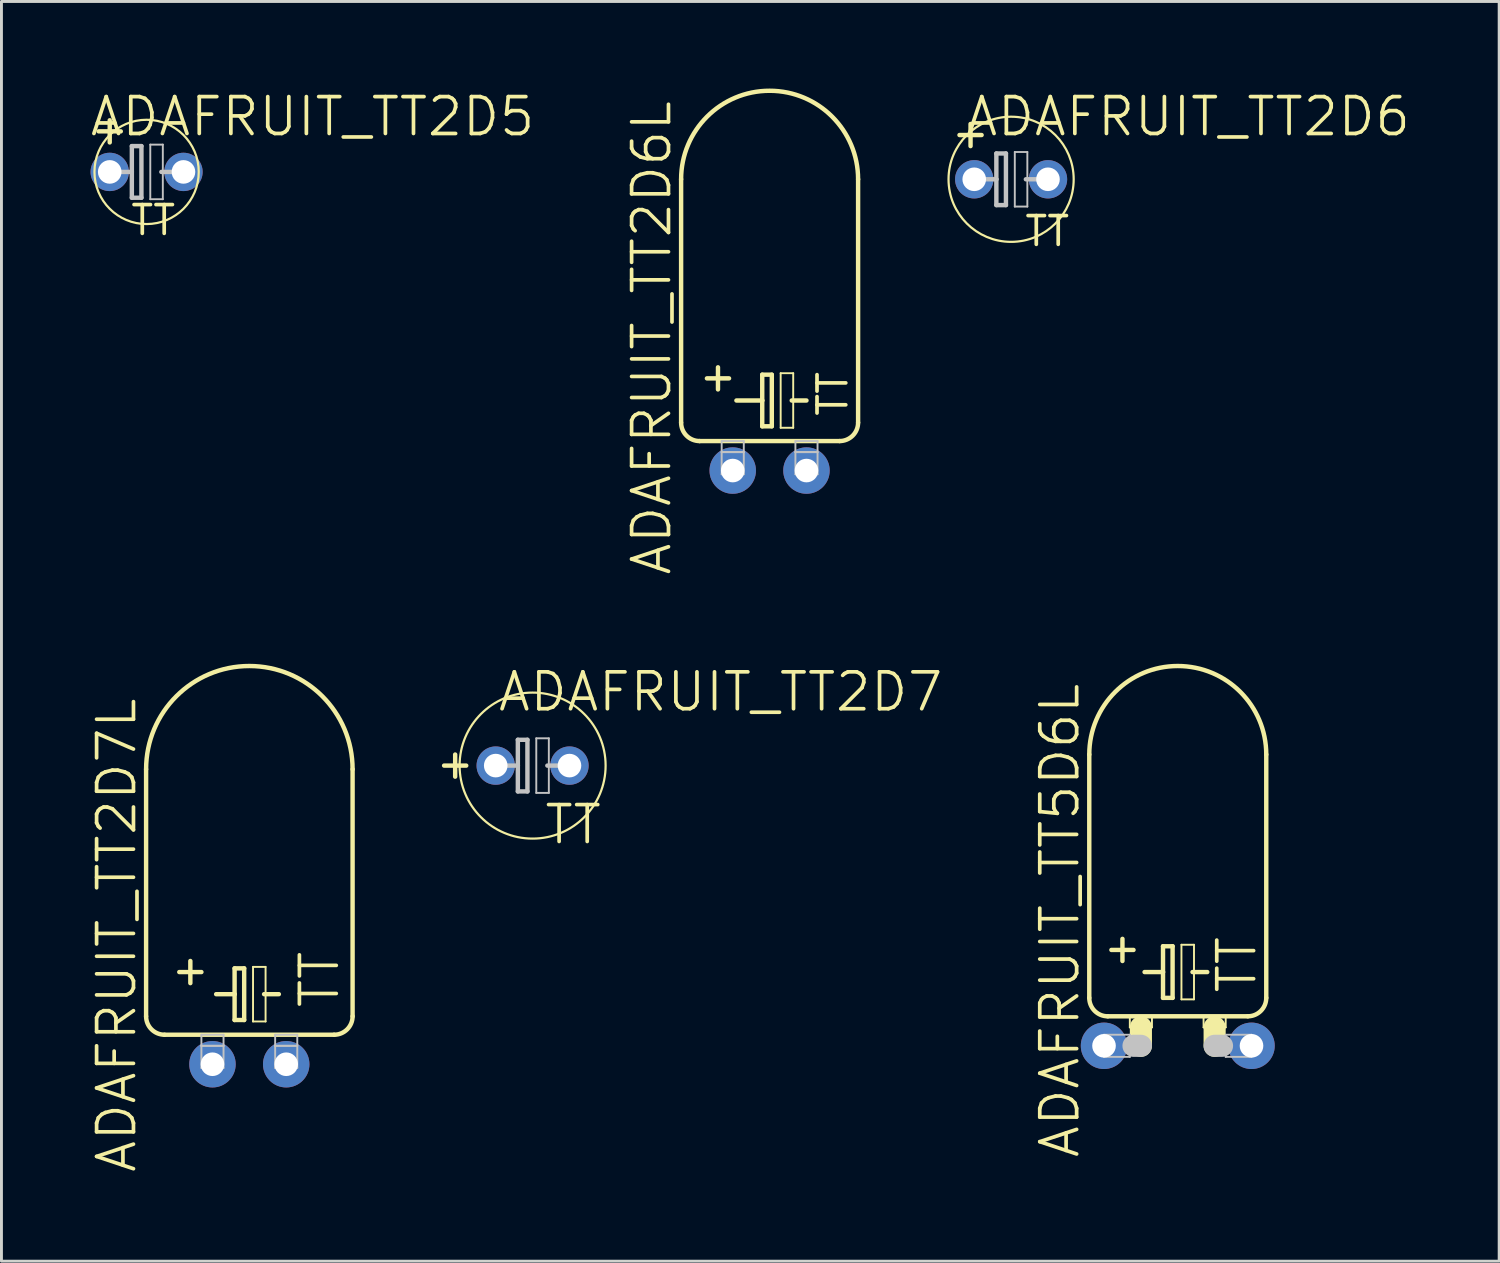
<source format=kicad_pcb>
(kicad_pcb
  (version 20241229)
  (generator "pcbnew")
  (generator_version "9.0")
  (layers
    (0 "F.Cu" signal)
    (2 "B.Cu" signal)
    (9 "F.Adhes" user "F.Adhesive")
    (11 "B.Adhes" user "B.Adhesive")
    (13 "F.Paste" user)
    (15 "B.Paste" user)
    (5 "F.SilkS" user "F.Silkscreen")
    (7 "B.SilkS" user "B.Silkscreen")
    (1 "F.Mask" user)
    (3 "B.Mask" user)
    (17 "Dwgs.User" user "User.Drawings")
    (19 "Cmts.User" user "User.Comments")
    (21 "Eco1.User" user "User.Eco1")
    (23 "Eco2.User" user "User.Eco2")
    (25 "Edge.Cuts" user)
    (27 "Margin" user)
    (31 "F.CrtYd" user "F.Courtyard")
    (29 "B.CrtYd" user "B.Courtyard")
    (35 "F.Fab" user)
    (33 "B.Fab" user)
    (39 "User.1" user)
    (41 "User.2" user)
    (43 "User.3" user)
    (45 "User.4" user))
  (footprint "ADAFRUIT_TT2D6"
    (layer "F.Cu")
    (at 31.775 3.125)
    (property "Reference" "ADAFRUIT_TT2D6" (at 6.096 -2.159 0) (layer "F.SilkS") (effects (font (size 1.27 1.27) (thickness 0.127))))
    (attr exclude_from_pos_files exclude_from_bom)
    (fp_line (start -1.778 -1.524) (end -1.016 -1.524) (stroke (width 0.152) (type solid)) (layer "F.SilkS"))
    (fp_line (start -1.397 -1.143) (end -1.397 -1.905) (stroke (width 0.152) (type solid)) (layer "F.SilkS"))
    (fp_circle (center 0 0) (end -1.524 1.524) (stroke (width 0.076) (type solid)) (fill no) (layer "F.SilkS"))
    (fp_line (start -1.016 0) (end -0.508 0) (stroke (width 0.152) (type solid)) (layer "Dwgs.User"))
    (fp_line (start -0.508 -0.889) (end -0.508 0) (stroke (width 0.152) (type solid)) (layer "Dwgs.User"))
    (fp_line (start -0.508 0) (end -0.508 0.889) (stroke (width 0.152) (type solid)) (layer "Dwgs.User"))
    (fp_line (start -0.508 0.889) (end -0.178 0.889) (stroke (width 0.152) (type solid)) (layer "Dwgs.User"))
    (fp_line (start -0.178 -0.889) (end -0.508 -0.889) (stroke (width 0.152) (type solid)) (layer "Dwgs.User"))
    (fp_line (start -0.178 0.889) (end -0.178 -0.889) (stroke (width 0.152) (type solid)) (layer "Dwgs.User"))
    (fp_line (start 0.127 -0.94) (end 0.559 -0.94) (stroke (width 0.066) (type solid)) (layer "Dwgs.User"))
    (fp_line (start 0.127 0.94) (end 0.127 -0.94) (stroke (width 0.066) (type solid)) (layer "Dwgs.User"))
    (fp_line (start 0.127 0.94) (end 0.559 0.94) (stroke (width 0.066) (type solid)) (layer "Dwgs.User"))
    (fp_line (start 0.508 0) (end 1.016 0) (stroke (width 0.152) (type solid)) (layer "Dwgs.User"))
    (fp_line (start 0.559 0.94) (end 0.559 -0.94) (stroke (width 0.066) (type solid)) (layer "Dwgs.User"))
    (fp_text user "TT" (at 1.245 1.788 0) (layer "F.SilkS") (effects (font (size 0.991 0.991) (thickness 0.127))))
    (pad "+" thru_hole circle (at -1.27 0) (size 1.321 1.321) (drill 0.813) (layers "*.Cu" "*.Paste" "*.Mask"))
    (pad "-" thru_hole circle (at 1.27 0) (size 1.321 1.321) (drill 0.813) (layers "*.Cu" "*.Paste" "*.Mask")))
  (footprint "ADAFRUIT_TT5D6L"
    (layer "F.Cu")
    (at 37.515 32.97)
    (property "Reference" "ADAFRUIT_TT5D6L" (at -4.064 -4.318 90) (layer "F.SilkS") (effects (font (size 1.27 1.27) (thickness 0.127))))
    (attr exclude_from_pos_files exclude_from_bom)
    (fp_line (start -3.048 -10.033) (end -3.048 -1.651) (stroke (width 0.152) (type solid)) (layer "F.SilkS"))
    (fp_line (start -2.413 -1.016) (end 2.413 -1.016) (stroke (width 0.152) (type solid)) (layer "F.SilkS"))
    (fp_line (start -2.286 -3.302) (end -1.524 -3.302) (stroke (width 0.152) (type solid)) (layer "F.SilkS"))
    (fp_line (start -1.905 -2.921) (end -1.905 -3.683) (stroke (width 0.152) (type solid)) (layer "F.SilkS"))
    (fp_line (start -1.651 -1.016) (end -0.889 -1.016) (stroke (width 0.066) (type solid)) (layer "F.SilkS"))
    (fp_line (start -1.651 -0.635) (end -1.651 -1.016) (stroke (width 0.066) (type solid)) (layer "F.SilkS"))
    (fp_line (start -1.651 -0.635) (end -0.889 -0.635) (stroke (width 0.066) (type solid)) (layer "F.SilkS"))
    (fp_line (start -1.27 -0.635) (end -1.27 0) (stroke (width 0.762) (type solid)) (layer "F.SilkS"))
    (fp_line (start -1.143 -2.54) (end -0.508 -2.54) (stroke (width 0.152) (type solid)) (layer "F.SilkS"))
    (fp_line (start -0.889 -0.635) (end -0.889 -1.016) (stroke (width 0.066) (type solid)) (layer "F.SilkS"))
    (fp_line (start -0.508 -3.429) (end -0.508 -2.54) (stroke (width 0.152) (type solid)) (layer "F.SilkS"))
    (fp_line (start -0.508 -2.54) (end -0.508 -1.651) (stroke (width 0.152) (type solid)) (layer "F.SilkS"))
    (fp_line (start -0.508 -1.651) (end -0.178 -1.651) (stroke (width 0.152) (type solid)) (layer "F.SilkS"))
    (fp_line (start -0.178 -3.429) (end -0.508 -3.429) (stroke (width 0.152) (type solid)) (layer "F.SilkS"))
    (fp_line (start -0.178 -1.651) (end -0.178 -3.429) (stroke (width 0.152) (type solid)) (layer "F.SilkS"))
    (fp_line (start 0.127 -3.48) (end 0.559 -3.48) (stroke (width 0.066) (type solid)) (layer "F.SilkS"))
    (fp_line (start 0.127 -1.6) (end 0.127 -3.48) (stroke (width 0.066) (type solid)) (layer "F.SilkS"))
    (fp_line (start 0.127 -1.6) (end 0.559 -1.6) (stroke (width 0.066) (type solid)) (layer "F.SilkS"))
    (fp_line (start 0.508 -2.54) (end 1.016 -2.54) (stroke (width 0.152) (type solid)) (layer "F.SilkS"))
    (fp_line (start 0.559 -1.6) (end 0.559 -3.48) (stroke (width 0.066) (type solid)) (layer "F.SilkS"))
    (fp_line (start 0.889 -1.016) (end 1.651 -1.016) (stroke (width 0.066) (type solid)) (layer "F.SilkS"))
    (fp_line (start 0.889 -0.635) (end 0.889 -1.016) (stroke (width 0.066) (type solid)) (layer "F.SilkS"))
    (fp_line (start 0.889 -0.635) (end 1.651 -0.635) (stroke (width 0.066) (type solid)) (layer "F.SilkS"))
    (fp_line (start 1.27 -0.635) (end 1.27 0) (stroke (width 0.762) (type solid)) (layer "F.SilkS"))
    (fp_line (start 1.651 -0.635) (end 1.651 -1.016) (stroke (width 0.066) (type solid)) (layer "F.SilkS"))
    (fp_line (start 3.048 -10.033) (end 3.048 -1.651) (stroke (width 0.152) (type solid)) (layer "F.SilkS"))
    (fp_arc (start -3.048 -10.033) (mid 0 -13.081) (end 3.048 -10.033) (stroke (width 0.1524) (type solid)) (layer "F.SilkS"))
    (fp_arc (start -2.413 -1.016) (mid -2.862013 -1.201987) (end -3.048 -1.651) (stroke (width 0.1524) (type solid)) (layer "F.SilkS"))
    (fp_arc (start 3.048 -1.651) (mid 2.862013 -1.201987) (end 2.413 -1.016) (stroke (width 0.1524) (type solid)) (layer "F.SilkS"))
    (fp_line (start -2.54 -0.381) (end -1.651 -0.381) (stroke (width 0.066) (type solid)) (layer "Dwgs.User"))
    (fp_line (start -2.54 0.381) (end -2.54 -0.381) (stroke (width 0.066) (type solid)) (layer "Dwgs.User"))
    (fp_line (start -2.54 0.381) (end -1.651 0.381) (stroke (width 0.066) (type solid)) (layer "Dwgs.User"))
    (fp_line (start -1.651 0.381) (end -1.651 -0.381) (stroke (width 0.066) (type solid)) (layer "Dwgs.User"))
    (fp_line (start -1.524 0) (end -1.27 0) (stroke (width 0.762) (type solid)) (layer "Dwgs.User"))
    (fp_line (start 1.524 0) (end 1.27 0) (stroke (width 0.762) (type solid)) (layer "Dwgs.User"))
    (fp_line (start 1.651 -0.381) (end 2.54 -0.381) (stroke (width 0.066) (type solid)) (layer "Dwgs.User"))
    (fp_line (start 1.651 0.381) (end 1.651 -0.381) (stroke (width 0.066) (type solid)) (layer "Dwgs.User"))
    (fp_line (start 1.651 0.381) (end 2.54 0.381) (stroke (width 0.066) (type solid)) (layer "Dwgs.User"))
    (fp_line (start 2.54 0.381) (end 2.54 -0.381) (stroke (width 0.066) (type solid)) (layer "Dwgs.User"))
    (fp_text user "TT" (at 2.032 -2.794 90) (layer "F.SilkS") (effects (font (size 1.27 1.27) (thickness 0.127))))
    (pad "+" thru_hole circle (at -2.54 0) (size 1.6 1.6) (drill 0.813) (layers "*.Cu" "*.Paste" "*.Mask"))
    (pad "-" thru_hole circle (at 2.54 0) (size 1.6 1.6) (drill 0.813) (layers "*.Cu" "*.Paste" "*.Mask")))
  (footprint "ADAFRUIT_TT2D7"
    (layer "F.Cu")
    (at 15.294 23.319)
    (property "Reference" "ADAFRUIT_TT2D7" (at 6.477 -2.54 0) (layer "F.SilkS") (effects (font (size 1.27 1.27) (thickness 0.127))))
    (attr exclude_from_pos_files exclude_from_bom)
    (fp_line (start -2.667 0.381) (end -2.667 -0.381) (stroke (width 0.152) (type solid)) (layer "F.SilkS"))
    (fp_line (start -2.286 0) (end -3.048 0) (stroke (width 0.152) (type solid)) (layer "F.SilkS"))
    (fp_circle (center 0 0) (end -1.778 1.778) (stroke (width 0.076) (type solid)) (fill no) (layer "F.SilkS"))
    (fp_line (start -1.016 0) (end -0.508 0) (stroke (width 0.152) (type solid)) (layer "Dwgs.User"))
    (fp_line (start -0.508 -0.889) (end -0.508 0) (stroke (width 0.152) (type solid)) (layer "Dwgs.User"))
    (fp_line (start -0.508 0) (end -0.508 0.889) (stroke (width 0.152) (type solid)) (layer "Dwgs.User"))
    (fp_line (start -0.508 0.889) (end -0.178 0.889) (stroke (width 0.152) (type solid)) (layer "Dwgs.User"))
    (fp_line (start -0.178 -0.889) (end -0.508 -0.889) (stroke (width 0.152) (type solid)) (layer "Dwgs.User"))
    (fp_line (start -0.178 0.889) (end -0.178 -0.889) (stroke (width 0.152) (type solid)) (layer "Dwgs.User"))
    (fp_line (start 0.127 -0.94) (end 0.559 -0.94) (stroke (width 0.066) (type solid)) (layer "Dwgs.User"))
    (fp_line (start 0.127 0.94) (end 0.127 -0.94) (stroke (width 0.066) (type solid)) (layer "Dwgs.User"))
    (fp_line (start 0.127 0.94) (end 0.559 0.94) (stroke (width 0.066) (type solid)) (layer "Dwgs.User"))
    (fp_line (start 0.508 0) (end 1.016 0) (stroke (width 0.152) (type solid)) (layer "Dwgs.User"))
    (fp_line (start 0.559 0.94) (end 0.559 -0.94) (stroke (width 0.066) (type solid)) (layer "Dwgs.User"))
    (fp_text user "TT" (at 1.397 2.032 0) (layer "F.SilkS") (effects (font (size 1.27 1.27) (thickness 0.127))))
    (pad "+" thru_hole circle (at -1.27 0) (size 1.321 1.321) (drill 0.813) (layers "*.Cu" "*.Paste" "*.Mask"))
    (pad "-" thru_hole circle (at 1.27 0) (size 1.321 1.321) (drill 0.813) (layers "*.Cu" "*.Paste" "*.Mask")))
  (footprint "ADAFRUIT_TT2D6L"
    (layer "F.Cu")
    (at 23.457 13.157)
    (property "Reference" "ADAFRUIT_TT2D6L" (at -4.064 -4.572 90) (layer "F.SilkS") (effects (font (size 1.27 1.27) (thickness 0.127))))
    (attr exclude_from_pos_files exclude_from_bom)
    (fp_line (start -3.048 -10.033) (end -3.048 -1.651) (stroke (width 0.152) (type solid)) (layer "F.SilkS"))
    (fp_line (start -2.413 -1.016) (end 2.413 -1.016) (stroke (width 0.152) (type solid)) (layer "F.SilkS"))
    (fp_line (start -2.159 -3.175) (end -1.397 -3.175) (stroke (width 0.152) (type solid)) (layer "F.SilkS"))
    (fp_line (start -1.778 -2.794) (end -1.778 -3.556) (stroke (width 0.152) (type solid)) (layer "F.SilkS"))
    (fp_line (start -1.143 -2.413) (end -0.254 -2.413) (stroke (width 0.152) (type solid)) (layer "F.SilkS"))
    (fp_line (start -0.254 -3.302) (end -0.254 -2.413) (stroke (width 0.152) (type solid)) (layer "F.SilkS"))
    (fp_line (start -0.254 -2.413) (end -0.254 -1.524) (stroke (width 0.152) (type solid)) (layer "F.SilkS"))
    (fp_line (start -0.254 -1.524) (end 0.076 -1.524) (stroke (width 0.152) (type solid)) (layer "F.SilkS"))
    (fp_line (start 0.076 -3.302) (end -0.254 -3.302) (stroke (width 0.152) (type solid)) (layer "F.SilkS"))
    (fp_line (start 0.076 -1.524) (end 0.076 -3.302) (stroke (width 0.152) (type solid)) (layer "F.SilkS"))
    (fp_line (start 0.381 -3.353) (end 0.813 -3.353) (stroke (width 0.066) (type solid)) (layer "F.SilkS"))
    (fp_line (start 0.381 -1.473) (end 0.381 -3.353) (stroke (width 0.066) (type solid)) (layer "F.SilkS"))
    (fp_line (start 0.381 -1.473) (end 0.813 -1.473) (stroke (width 0.066) (type solid)) (layer "F.SilkS"))
    (fp_line (start 0.762 -2.413) (end 1.27 -2.413) (stroke (width 0.152) (type solid)) (layer "F.SilkS"))
    (fp_line (start 0.813 -1.473) (end 0.813 -3.353) (stroke (width 0.066) (type solid)) (layer "F.SilkS"))
    (fp_line (start 3.048 -10.033) (end 3.048 -1.651) (stroke (width 0.152) (type solid)) (layer "F.SilkS"))
    (fp_arc (start -3.048 -10.033) (mid 0 -13.081) (end 3.048 -10.033) (stroke (width 0.1524) (type solid)) (layer "F.SilkS"))
    (fp_arc (start -2.413 -1.016) (mid -2.862013 -1.201987) (end -3.048 -1.651) (stroke (width 0.1524) (type solid)) (layer "F.SilkS"))
    (fp_arc (start 3.048 -1.651) (mid 2.862013 -1.201987) (end 2.413 -1.016) (stroke (width 0.1524) (type solid)) (layer "F.SilkS"))
    (fp_line (start -1.651 -1.016) (end -0.889 -1.016) (stroke (width 0.066) (type solid)) (layer "Dwgs.User"))
    (fp_line (start -1.651 -0.635) (end -1.651 -1.016) (stroke (width 0.066) (type solid)) (layer "Dwgs.User"))
    (fp_line (start -1.651 -0.635) (end -0.889 -0.635) (stroke (width 0.066) (type solid)) (layer "Dwgs.User"))
    (fp_line (start -1.651 -0.635) (end -0.889 -0.635) (stroke (width 0.066) (type solid)) (layer "Dwgs.User"))
    (fp_line (start -1.651 0.127) (end -1.651 -0.635) (stroke (width 0.066) (type solid)) (layer "Dwgs.User"))
    (fp_line (start -1.651 0.127) (end -0.889 0.127) (stroke (width 0.066) (type solid)) (layer "Dwgs.User"))
    (fp_line (start -0.889 -0.635) (end -0.889 -1.016) (stroke (width 0.066) (type solid)) (layer "Dwgs.User"))
    (fp_line (start -0.889 0.127) (end -0.889 -0.635) (stroke (width 0.066) (type solid)) (layer "Dwgs.User"))
    (fp_line (start 0.889 -1.016) (end 1.651 -1.016) (stroke (width 0.066) (type solid)) (layer "Dwgs.User"))
    (fp_line (start 0.889 -0.635) (end 0.889 -1.016) (stroke (width 0.066) (type solid)) (layer "Dwgs.User"))
    (fp_line (start 0.889 -0.635) (end 1.651 -0.635) (stroke (width 0.066) (type solid)) (layer "Dwgs.User"))
    (fp_line (start 0.889 -0.635) (end 1.651 -0.635) (stroke (width 0.066) (type solid)) (layer "Dwgs.User"))
    (fp_line (start 0.889 0.127) (end 0.889 -0.635) (stroke (width 0.066) (type solid)) (layer "Dwgs.User"))
    (fp_line (start 0.889 0.127) (end 1.651 0.127) (stroke (width 0.066) (type solid)) (layer "Dwgs.User"))
    (fp_line (start 1.651 -0.635) (end 1.651 -1.016) (stroke (width 0.066) (type solid)) (layer "Dwgs.User"))
    (fp_line (start 1.651 0.127) (end 1.651 -0.635) (stroke (width 0.066) (type solid)) (layer "Dwgs.User"))
    (fp_text user "TT" (at 2.172 -2.642 90) (layer "F.SilkS") (effects (font (size 0.991 0.991) (thickness 0.127))))
    (pad "+" thru_hole circle (at -1.27 0) (size 1.6 1.6) (drill 0.813) (layers "*.Cu" "*.Paste" "*.Mask"))
    (pad "-" thru_hole circle (at 1.27 0) (size 1.6 1.6) (drill 0.813) (layers "*.Cu" "*.Paste" "*.Mask")))
  (footprint "ADAFRUIT_TT2D5"
    (layer "F.Cu")
    (at 1.999 2.871)
    (property "Reference" "ADAFRUIT_TT2D5" (at 5.715 -1.905 0) (layer "F.SilkS") (effects (font (size 1.27 1.27) (thickness 0.127))))
    (attr exclude_from_pos_files exclude_from_bom)
    (fp_line (start -1.27 -1.016) (end -1.27 -1.778) (stroke (width 0.152) (type solid)) (layer "F.SilkS"))
    (fp_line (start -0.889 -1.397) (end -1.651 -1.397) (stroke (width 0.152) (type solid)) (layer "F.SilkS"))
    (fp_circle (center 0 0) (end -1.27 1.27) (stroke (width 0.076) (type solid)) (fill no) (layer "F.SilkS"))
    (fp_line (start -1.016 0) (end -0.508 0) (stroke (width 0.152) (type solid)) (layer "Dwgs.User"))
    (fp_line (start -0.508 -0.889) (end -0.508 0) (stroke (width 0.152) (type solid)) (layer "Dwgs.User"))
    (fp_line (start -0.508 0) (end -0.508 0.889) (stroke (width 0.152) (type solid)) (layer "Dwgs.User"))
    (fp_line (start -0.508 0.889) (end -0.178 0.889) (stroke (width 0.152) (type solid)) (layer "Dwgs.User"))
    (fp_line (start -0.178 -0.889) (end -0.508 -0.889) (stroke (width 0.152) (type solid)) (layer "Dwgs.User"))
    (fp_line (start -0.178 0.889) (end -0.178 -0.889) (stroke (width 0.152) (type solid)) (layer "Dwgs.User"))
    (fp_line (start 0.127 -0.94) (end 0.559 -0.94) (stroke (width 0.066) (type solid)) (layer "Dwgs.User"))
    (fp_line (start 0.127 0.94) (end 0.127 -0.94) (stroke (width 0.066) (type solid)) (layer "Dwgs.User"))
    (fp_line (start 0.127 0.94) (end 0.559 0.94) (stroke (width 0.066) (type solid)) (layer "Dwgs.User"))
    (fp_line (start 0.508 0) (end 1.016 0) (stroke (width 0.152) (type solid)) (layer "Dwgs.User"))
    (fp_line (start 0.559 0.94) (end 0.559 -0.94) (stroke (width 0.066) (type solid)) (layer "Dwgs.User"))
    (fp_text user "TT" (at 0.229 1.664 0) (layer "F.SilkS") (effects (font (size 0.991 0.991) (thickness 0.127))))
    (pad "+" thru_hole circle (at -1.27 0) (size 1.321 1.321) (drill 0.813) (layers "*.Cu" "*.Paste" "*.Mask"))
    (pad "-" thru_hole circle (at 1.27 0) (size 1.321 1.321) (drill 0.813) (layers "*.Cu" "*.Paste" "*.Mask")))
  (footprint "ADAFRUIT_TT2D7L"
    (layer "F.Cu")
    (at 5.538 33.605)
    (property "Reference" "ADAFRUIT_TT2D7L" (at -4.572 -4.445 90) (layer "F.SilkS") (effects (font (size 1.27 1.27) (thickness 0.127))))
    (attr exclude_from_pos_files exclude_from_bom)
    (fp_line (start -3.556 -10.16) (end -3.556 -1.651) (stroke (width 0.152) (type solid)) (layer "F.SilkS"))
    (fp_line (start -2.921 -1.016) (end 2.921 -1.016) (stroke (width 0.152) (type solid)) (layer "F.SilkS"))
    (fp_line (start -2.413 -3.175) (end -1.651 -3.175) (stroke (width 0.152) (type solid)) (layer "F.SilkS"))
    (fp_line (start -2.032 -2.794) (end -2.032 -3.556) (stroke (width 0.152) (type solid)) (layer "F.SilkS"))
    (fp_line (start -1.143 -2.413) (end -0.508 -2.413) (stroke (width 0.152) (type solid)) (layer "F.SilkS"))
    (fp_line (start -0.508 -3.302) (end -0.508 -2.413) (stroke (width 0.152) (type solid)) (layer "F.SilkS"))
    (fp_line (start -0.508 -2.413) (end -0.508 -1.524) (stroke (width 0.152) (type solid)) (layer "F.SilkS"))
    (fp_line (start -0.508 -1.524) (end -0.178 -1.524) (stroke (width 0.152) (type solid)) (layer "F.SilkS"))
    (fp_line (start -0.178 -3.302) (end -0.508 -3.302) (stroke (width 0.152) (type solid)) (layer "F.SilkS"))
    (fp_line (start -0.178 -1.524) (end -0.178 -3.302) (stroke (width 0.152) (type solid)) (layer "F.SilkS"))
    (fp_line (start 0.127 -3.353) (end 0.559 -3.353) (stroke (width 0.066) (type solid)) (layer "F.SilkS"))
    (fp_line (start 0.127 -1.473) (end 0.127 -3.353) (stroke (width 0.066) (type solid)) (layer "F.SilkS"))
    (fp_line (start 0.127 -1.473) (end 0.559 -1.473) (stroke (width 0.066) (type solid)) (layer "F.SilkS"))
    (fp_line (start 0.508 -2.413) (end 1.016 -2.413) (stroke (width 0.152) (type solid)) (layer "F.SilkS"))
    (fp_line (start 0.559 -1.473) (end 0.559 -3.353) (stroke (width 0.066) (type solid)) (layer "F.SilkS"))
    (fp_line (start 3.556 -10.16) (end 3.556 -1.651) (stroke (width 0.152) (type solid)) (layer "F.SilkS"))
    (fp_arc (start -3.556 -10.16) (mid 0 -13.716) (end 3.556 -10.16) (stroke (width 0.1524) (type solid)) (layer "F.SilkS"))
    (fp_arc (start -2.921 -1.016) (mid -3.370013 -1.201987) (end -3.556 -1.651) (stroke (width 0.1524) (type solid)) (layer "F.SilkS"))
    (fp_arc (start 3.556 -1.651) (mid 3.370013 -1.201987) (end 2.921 -1.016) (stroke (width 0.1524) (type solid)) (layer "F.SilkS"))
    (fp_line (start -1.651 -1.016) (end -0.889 -1.016) (stroke (width 0.066) (type solid)) (layer "Dwgs.User"))
    (fp_line (start -1.651 -0.635) (end -1.651 -1.016) (stroke (width 0.066) (type solid)) (layer "Dwgs.User"))
    (fp_line (start -1.651 -0.635) (end -0.889 -0.635) (stroke (width 0.066) (type solid)) (layer "Dwgs.User"))
    (fp_line (start -1.651 -0.635) (end -0.889 -0.635) (stroke (width 0.066) (type solid)) (layer "Dwgs.User"))
    (fp_line (start -1.651 0.127) (end -1.651 -0.635) (stroke (width 0.066) (type solid)) (layer "Dwgs.User"))
    (fp_line (start -1.651 0.127) (end -0.889 0.127) (stroke (width 0.066) (type solid)) (layer "Dwgs.User"))
    (fp_line (start -0.889 -0.635) (end -0.889 -1.016) (stroke (width 0.066) (type solid)) (layer "Dwgs.User"))
    (fp_line (start -0.889 0.127) (end -0.889 -0.635) (stroke (width 0.066) (type solid)) (layer "Dwgs.User"))
    (fp_line (start 0.889 -1.016) (end 1.651 -1.016) (stroke (width 0.066) (type solid)) (layer "Dwgs.User"))
    (fp_line (start 0.889 -0.635) (end 0.889 -1.016) (stroke (width 0.066) (type solid)) (layer "Dwgs.User"))
    (fp_line (start 0.889 -0.635) (end 1.651 -0.635) (stroke (width 0.066) (type solid)) (layer "Dwgs.User"))
    (fp_line (start 0.889 -0.635) (end 1.651 -0.635) (stroke (width 0.066) (type solid)) (layer "Dwgs.User"))
    (fp_line (start 0.889 0.127) (end 0.889 -0.635) (stroke (width 0.066) (type solid)) (layer "Dwgs.User"))
    (fp_line (start 0.889 0.127) (end 1.651 0.127) (stroke (width 0.066) (type solid)) (layer "Dwgs.User"))
    (fp_line (start 1.651 -0.635) (end 1.651 -1.016) (stroke (width 0.066) (type solid)) (layer "Dwgs.User"))
    (fp_line (start 1.651 0.127) (end 1.651 -0.635) (stroke (width 0.066) (type solid)) (layer "Dwgs.User"))
    (fp_text user "TT" (at 2.413 -2.921 90) (layer "F.SilkS") (effects (font (size 1.27 1.27) (thickness 0.127))))
    (pad "+" thru_hole circle (at -1.27 0) (size 1.6 1.6) (drill 0.813) (layers "*.Cu" "*.Paste" "*.Mask"))
    (pad "-" thru_hole circle (at 1.27 0) (size 1.6 1.6) (drill 0.813) (layers "*.Cu" "*.Paste" "*.Mask")))
  (gr_rect
    (start -3 -3)
    (end 48.585 40.388)
    (stroke (width 0.1) (type default))
    (fill no)
    (layer "Edge.Cuts")))
</source>
